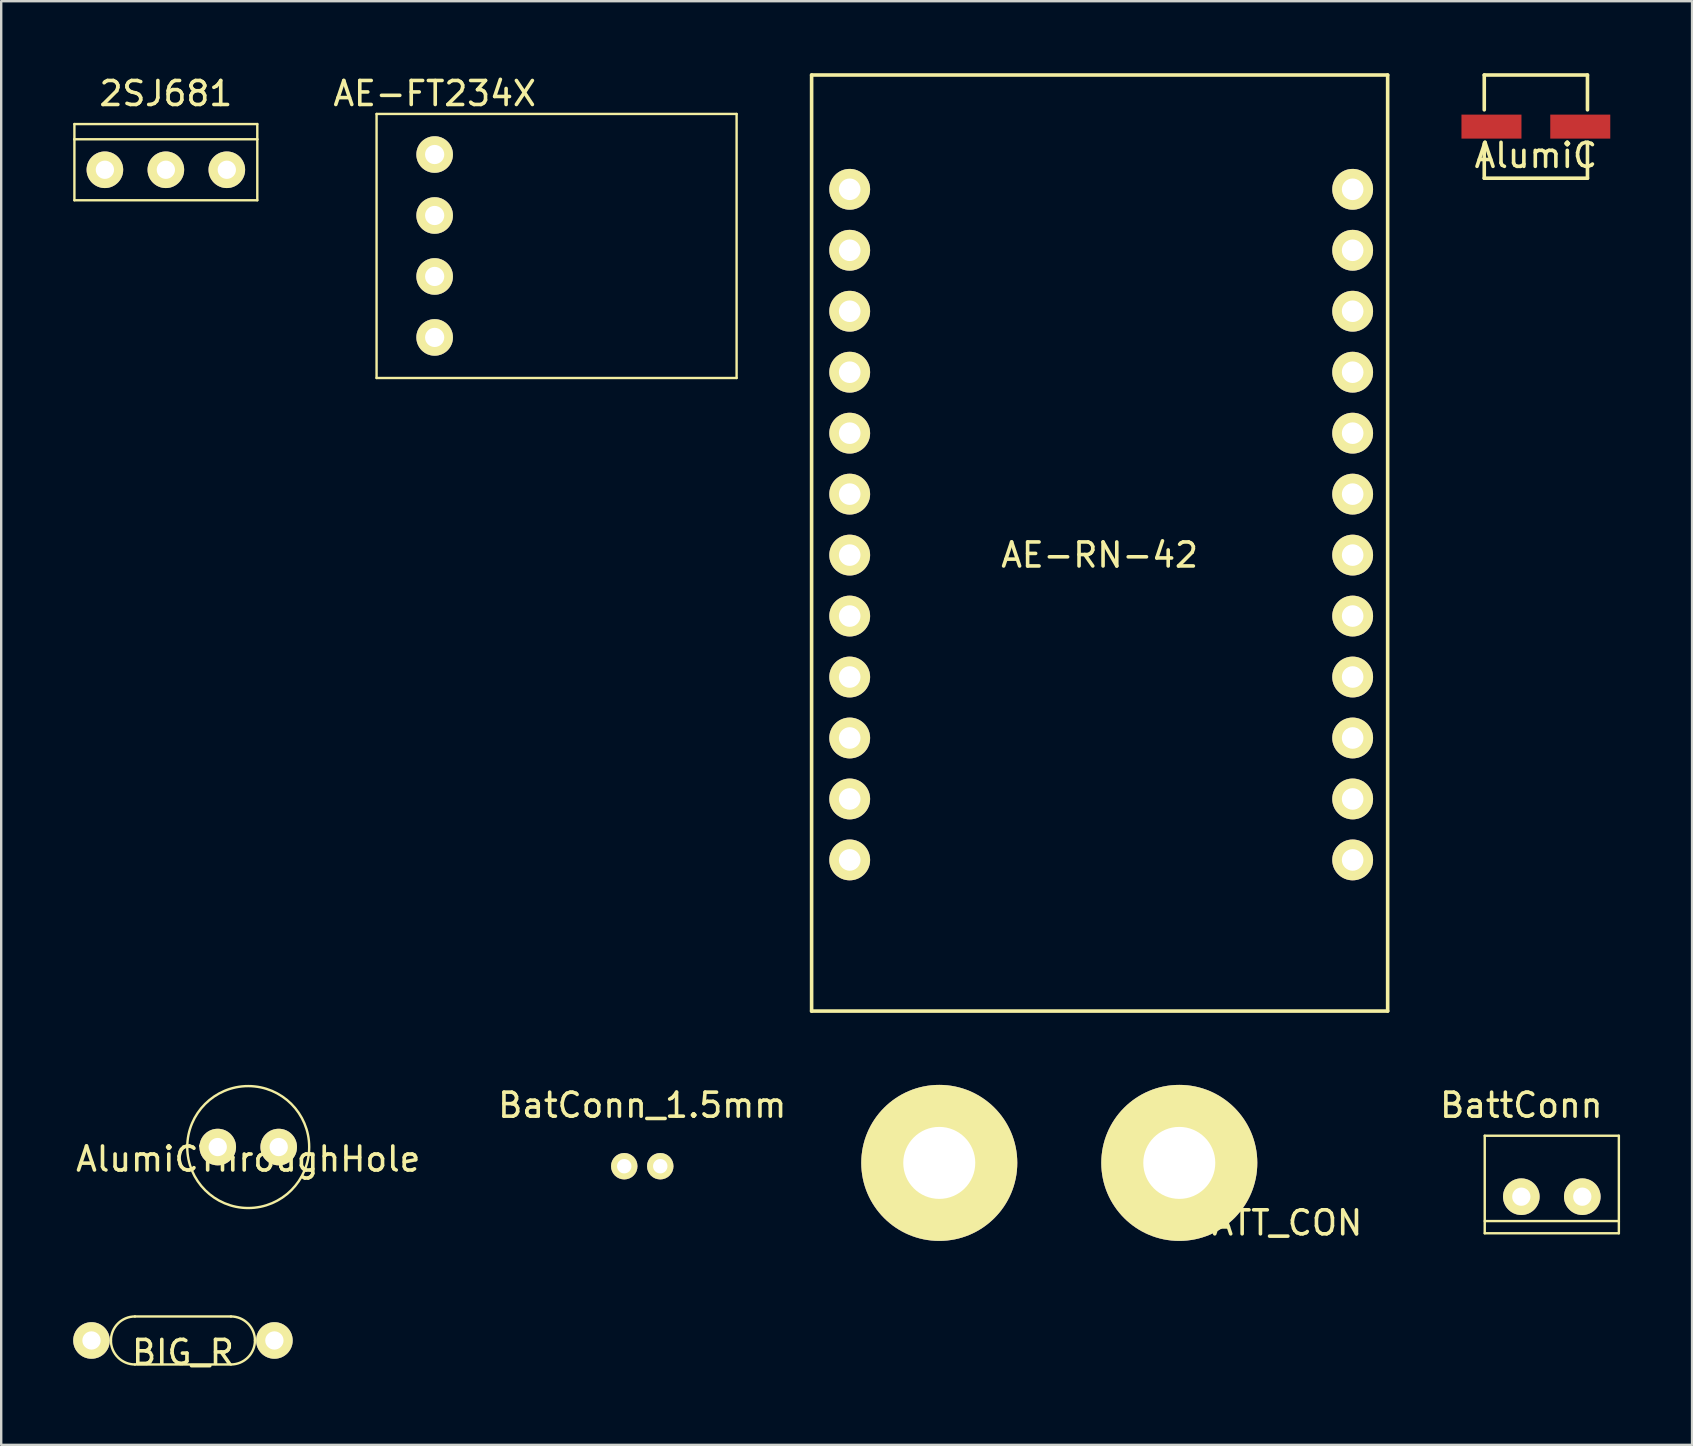
<source format=kicad_pcb>
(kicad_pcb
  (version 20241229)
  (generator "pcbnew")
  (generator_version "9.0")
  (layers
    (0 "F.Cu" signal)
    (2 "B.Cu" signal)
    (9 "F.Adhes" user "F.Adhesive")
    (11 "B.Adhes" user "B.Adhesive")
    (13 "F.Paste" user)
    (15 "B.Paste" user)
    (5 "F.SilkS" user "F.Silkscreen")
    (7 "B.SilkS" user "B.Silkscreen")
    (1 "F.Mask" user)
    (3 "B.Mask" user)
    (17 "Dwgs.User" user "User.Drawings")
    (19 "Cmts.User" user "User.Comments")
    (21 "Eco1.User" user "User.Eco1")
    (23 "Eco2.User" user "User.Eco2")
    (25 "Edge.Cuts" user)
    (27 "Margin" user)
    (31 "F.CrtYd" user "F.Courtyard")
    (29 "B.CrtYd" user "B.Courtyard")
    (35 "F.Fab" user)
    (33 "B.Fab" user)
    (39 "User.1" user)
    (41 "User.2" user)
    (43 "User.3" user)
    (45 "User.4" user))
  (footprint "BatConn_1.5mm"
    (layer "F.Cu")
    (at 23.708 45.538)
    (property "Reference" "BatConn_1.5mm" (at 0 -2.54 0) (layer "F.SilkS") (effects (font (size 1 1) (thickness 0.15))))
    (attr through_hole)
    (pad "1" thru_hole circle (at -0.75 0) (size 1.1 1.1) (drill 0.6) (layers "*.Cu" "*.Mask" "F.SilkS"))
    (pad "2" thru_hole circle (at 0.75 0) (size 1.1 1.1) (drill 0.6) (layers "*.Cu" "*.Mask" "F.SilkS")))
  (footprint "AlumiCThroughHole"
    (layer "F.Cu")
    (at 7.292 44.74)
    (property "Reference" "AlumiCThroughHole" (at 0 0.5 0) (layer "F.SilkS") (effects (font (size 1 1) (thickness 0.15))))
    (attr through_hole)
    (fp_circle (center 0 0) (end 0 -2.54) (stroke (width 0.1) (type solid)) (fill no) (layer "F.SilkS"))
    (pad "1" thru_hole circle (at -1.27 0) (size 1.524 1.524) (drill 0.762) (layers "*.Cu" "*.Mask" "F.SilkS"))
    (pad "2" thru_hole circle (at 1.27 0) (size 1.524 1.524) (drill 0.762) (layers "*.Cu" "*.Mask" "F.SilkS")))
  (footprint "BATT_CON"
    (layer "F.Cu")
    (at 41.083 45.4)
    (property "Reference" "BATT_CON" (at 9 2.5 0) (layer "F.SilkS") (effects (font (size 1 1) (thickness 0.15))))
    (attr through_hole)
    (pad "1" thru_hole circle (at -5 0) (size 6.5 6.5) (drill 3) (layers "*.Cu" "*.Mask" "F.SilkS"))
    (pad "2" thru_hole circle (at 5 0) (size 6.5 6.5) (drill 3) (layers "*.Cu" "*.Mask" "F.SilkS")))
  (footprint "BattConn"
    (layer "F.Cu")
    (at 60.333 46.808)
    (property "Reference" "BattConn" (at 0 -3.81 0) (layer "F.SilkS") (effects (font (size 1 1) (thickness 0.15))))
    (attr through_hole)
    (fp_line (start -1.524 -2.54) (end -1.524 1.524) (stroke (width 0.1) (type solid)) (layer "F.SilkS"))
    (fp_line (start -1.524 1.016) (end 4.064 1.016) (stroke (width 0.1) (type solid)) (layer "F.SilkS"))
    (fp_line (start -1.524 1.524) (end 4.064 1.524) (stroke (width 0.1) (type solid)) (layer "F.SilkS"))
    (fp_line (start 4.064 -2.54) (end -1.524 -2.54) (stroke (width 0.1) (type solid)) (layer "F.SilkS"))
    (fp_line (start 4.064 1.524) (end 4.064 -2.54) (stroke (width 0.1) (type solid)) (layer "F.SilkS"))
    (pad "1" thru_hole circle (at 0 0) (size 1.524 1.524) (drill 0.762) (layers "*.Cu" "*.Mask" "F.SilkS"))
    (pad "2" thru_hole circle (at 2.54 0) (size 1.524 1.524) (drill 0.762) (layers "*.Cu" "*.Mask" "F.SilkS")))
  (footprint "AE-FT234X"
    (layer "F.Cu")
    (at 15.059 7.198)
    (property "Reference" "AE-FT234X" (at 0 -6.35 0) (layer "F.SilkS") (effects (font (size 1 1) (thickness 0.15))))
    (attr through_hole)
    (fp_line (start -2.42 -5.5) (end -2.42 5.5) (stroke (width 0.1) (type solid)) (layer "F.SilkS"))
    (fp_line (start -2.42 -5.5) (end 12.58 -5.5) (stroke (width 0.1) (type solid)) (layer "F.SilkS"))
    (fp_line (start -2.42 5.5) (end 12.58 5.5) (stroke (width 0.1) (type solid)) (layer "F.SilkS"))
    (fp_line (start 12.58 -5.5) (end 12.58 5.5) (stroke (width 0.1) (type solid)) (layer "F.SilkS"))
    (pad "1" thru_hole circle (at 0 -3.81) (size 1.524 1.524) (drill 0.8) (layers "*.Cu" "*.Mask" "F.SilkS"))
    (pad "2" thru_hole circle (at 0 -1.27) (size 1.524 1.524) (drill 0.8) (layers "*.Cu" "*.Mask" "F.SilkS"))
    (pad "3" thru_hole circle (at 0 1.27) (size 1.524 1.524) (drill 0.8) (layers "*.Cu" "*.Mask" "F.SilkS"))
    (pad "4" thru_hole circle (at 0 3.81) (size 1.524 1.524) (drill 0.8) (layers "*.Cu" "*.Mask" "F.SilkS")))
  (footprint "AE-RN-42"
    (layer "F.Cu")
    (at 42.764 19.575)
    (property "Reference" "AE-RN-42" (at 0 0.5 0) (layer "F.SilkS") (effects (font (size 1 1) (thickness 0.15))))
    (attr through_hole)
    (fp_line (start -12 -19.5) (end -12 19.5) (stroke (width 0.15) (type solid)) (layer "F.SilkS"))
    (fp_line (start -12 -19.5) (end 12 -19.5) (stroke (width 0.15) (type solid)) (layer "F.SilkS"))
    (fp_line (start 12 -19.5) (end 12 19.5) (stroke (width 0.15) (type solid)) (layer "F.SilkS"))
    (fp_line (start 12 19.5) (end -12 19.5) (stroke (width 0.15) (type solid)) (layer "F.SilkS"))
    (pad "1" thru_hole circle (at -10.413 -14.738) (size 1.7 1.7) (drill 0.9) (layers "*.Cu" "*.Mask" "F.SilkS"))
    (pad "2" thru_hole circle (at -10.413 -12.198) (size 1.7 1.7) (drill 0.9) (layers "*.Cu" "*.Mask" "F.SilkS"))
    (pad "3" thru_hole circle (at -10.413 -9.658) (size 1.7 1.7) (drill 0.9) (layers "*.Cu" "*.Mask" "F.SilkS"))
    (pad "4" thru_hole circle (at -10.413 -7.118) (size 1.7 1.7) (drill 0.9) (layers "*.Cu" "*.Mask" "F.SilkS"))
    (pad "5" thru_hole circle (at -10.413 -4.578) (size 1.7 1.7) (drill 0.9) (layers "*.Cu" "*.Mask" "F.SilkS"))
    (pad "6" thru_hole circle (at -10.413 -2.038) (size 1.7 1.7) (drill 0.9) (layers "*.Cu" "*.Mask" "F.SilkS"))
    (pad "7" thru_hole circle (at -10.413 0.502) (size 1.7 1.7) (drill 0.9) (layers "*.Cu" "*.Mask" "F.SilkS"))
    (pad "8" thru_hole circle (at -10.413 3.042) (size 1.7 1.7) (drill 0.9) (layers "*.Cu" "*.Mask" "F.SilkS"))
    (pad "9" thru_hole circle (at -10.413 5.582) (size 1.7 1.7) (drill 0.9) (layers "*.Cu" "*.Mask" "F.SilkS"))
    (pad "10" thru_hole circle (at -10.413 8.122) (size 1.7 1.7) (drill 0.9) (layers "*.Cu" "*.Mask" "F.SilkS"))
    (pad "11" thru_hole circle (at -10.413 10.662) (size 1.7 1.7) (drill 0.9) (layers "*.Cu" "*.Mask" "F.SilkS"))
    (pad "12" thru_hole circle (at -10.413 13.202) (size 1.7 1.7) (drill 0.9) (layers "*.Cu" "*.Mask" "F.SilkS"))
    (pad "13" thru_hole circle (at 10.542 13.202) (size 1.7 1.7) (drill 0.9) (layers "*.Cu" "*.Mask" "F.SilkS"))
    (pad "14" thru_hole circle (at 10.542 10.662) (size 1.7 1.7) (drill 0.9) (layers "*.Cu" "*.Mask" "F.SilkS"))
    (pad "15" thru_hole circle (at 10.542 8.122) (size 1.7 1.7) (drill 0.9) (layers "*.Cu" "*.Mask" "F.SilkS"))
    (pad "16" thru_hole circle (at 10.542 5.582) (size 1.7 1.7) (drill 0.9) (layers "*.Cu" "*.Mask" "F.SilkS"))
    (pad "17" thru_hole circle (at 10.542 3.042) (size 1.7 1.7) (drill 0.9) (layers "*.Cu" "*.Mask" "F.SilkS"))
    (pad "18" thru_hole circle (at 10.542 0.502) (size 1.7 1.7) (drill 0.9) (layers "*.Cu" "*.Mask" "F.SilkS"))
    (pad "19" thru_hole circle (at 10.542 -2.038) (size 1.7 1.7) (drill 0.9) (layers "*.Cu" "*.Mask" "F.SilkS"))
    (pad "20" thru_hole circle (at 10.542 -4.578) (size 1.7 1.7) (drill 0.9) (layers "*.Cu" "*.Mask" "F.SilkS"))
    (pad "21" thru_hole circle (at 10.542 -7.118) (size 1.7 1.7) (drill 0.9) (layers "*.Cu" "*.Mask" "F.SilkS"))
    (pad "22" thru_hole circle (at 10.542 -9.658) (size 1.7 1.7) (drill 0.9) (layers "*.Cu" "*.Mask" "F.SilkS"))
    (pad "23" thru_hole circle (at 10.542 -12.198) (size 1.7 1.7) (drill 0.9) (layers "*.Cu" "*.Mask" "F.SilkS"))
    (pad "24" thru_hole circle (at 10.542 -14.738) (size 1.7 1.7) (drill 0.9) (layers "*.Cu" "*.Mask" "F.SilkS")))
  (footprint "BIG_R"
    (layer "F.Cu")
    (at 4.572 52.798)
    (property "Reference" "BIG_R" (at 0 0.5 0) (layer "F.SilkS") (effects (font (size 1 1) (thickness 0.15))))
    (attr through_hole)
    (fp_line (start -2 1) (end 2 1) (stroke (width 0.1) (type solid)) (layer "F.SilkS"))
    (fp_line (start 2 -1) (end -2 -1) (stroke (width 0.1) (type solid)) (layer "F.SilkS"))
    (fp_arc (start -3 0) (mid -2.707107 -0.707107) (end -2 -1) (stroke (width 0.1) (type solid)) (layer "F.SilkS"))
    (fp_arc (start -2 1) (mid -2.707107 0.707107) (end -3 0) (stroke (width 0.1) (type solid)) (layer "F.SilkS"))
    (fp_arc (start 2 -1) (mid 2.707107 -0.707107) (end 3 0) (stroke (width 0.1) (type solid)) (layer "F.SilkS"))
    (fp_arc (start 3 0) (mid 2.707107 0.707107) (end 2 1) (stroke (width 0.1) (type solid)) (layer "F.SilkS"))
    (pad "1" thru_hole circle (at -3.81 0) (size 1.524 1.524) (drill 0.762) (layers "*.Cu" "*.Mask" "F.SilkS"))
    (pad "2" thru_hole circle (at 3.81 0) (size 1.524 1.524) (drill 0.762) (layers "*.Cu" "*.Mask" "F.SilkS")))
  (footprint "2SJ681"
    (layer "F.Cu")
    (at 3.86 4.023)
    (property "Reference" "2SJ681" (at 0 -3.175 0) (layer "F.SilkS") (effects (font (size 1 1) (thickness 0.15))))
    (attr through_hole)
    (fp_line (start -3.81 -1.905) (end 3.81 -1.905) (stroke (width 0.1) (type solid)) (layer "F.SilkS"))
    (fp_line (start -3.81 -1.27) (end -3.81 -1.905) (stroke (width 0.1) (type solid)) (layer "F.SilkS"))
    (fp_line (start -3.81 -1.27) (end -3.81 1.27) (stroke (width 0.1) (type solid)) (layer "F.SilkS"))
    (fp_line (start -3.81 1.27) (end 3.81 1.27) (stroke (width 0.1) (type solid)) (layer "F.SilkS"))
    (fp_line (start 3.81 -1.905) (end 3.81 -1.27) (stroke (width 0.1) (type solid)) (layer "F.SilkS"))
    (fp_line (start 3.81 -1.27) (end -3.81 -1.27) (stroke (width 0.1) (type solid)) (layer "F.SilkS"))
    (fp_line (start 3.81 1.27) (end 3.81 -1.27) (stroke (width 0.1) (type solid)) (layer "F.SilkS"))
    (pad "1" thru_hole circle (at -2.54 0) (size 1.524 1.524) (drill 0.762) (layers "*.Cu" "*.Mask" "F.SilkS"))
    (pad "2" thru_hole circle (at 0 0) (size 1.524 1.524) (drill 0.762) (layers "*.Cu" "*.Mask" "F.SilkS"))
    (pad "3" thru_hole circle (at 2.54 0) (size 1.524 1.524) (drill 0.762) (layers "*.Cu" "*.Mask" "F.SilkS")))
  (footprint "AlumiC"
    (layer "F.Cu")
    (at 60.939 2.225)
    (property "Reference" "AlumiC" (at 0 1.2 0) (layer "F.SilkS") (effects (font (size 1 1) (thickness 0.15))))
    (attr through_hole)
    (fp_line (start -2.15 -2.15) (end -2.15 -0.7) (stroke (width 0.15) (type solid)) (layer "F.SilkS"))
    (fp_line (start -2.15 -2.15) (end 2.15 -2.15) (stroke (width 0.15) (type solid)) (layer "F.SilkS"))
    (fp_line (start -2.15 0.7) (end -2.15 2.15) (stroke (width 0.15) (type solid)) (layer "F.SilkS"))
    (fp_line (start -2.15 2.15) (end 2.15 2.15) (stroke (width 0.15) (type solid)) (layer "F.SilkS"))
    (fp_line (start 2.15 -2.15) (end 2.15 -0.7) (stroke (width 0.15) (type solid)) (layer "F.SilkS"))
    (fp_line (start 2.15 0.7) (end 2.15 2.15) (stroke (width 0.15) (type solid)) (layer "F.SilkS"))
    (pad "1" smd rect (at -1.85 0) (size 2.5 1) (layers "F.Cu" "F.Mask" "F.Paste"))
    (pad "2" smd rect (at 1.85 0) (size 2.5 1) (layers "F.Cu" "F.Mask" "F.Paste")))
  (gr_rect
    (start -3 -3)
    (end 67.447 57.147)
    (stroke (width 0.1) (type default))
    (fill no)
    (layer "Edge.Cuts")))
</source>
